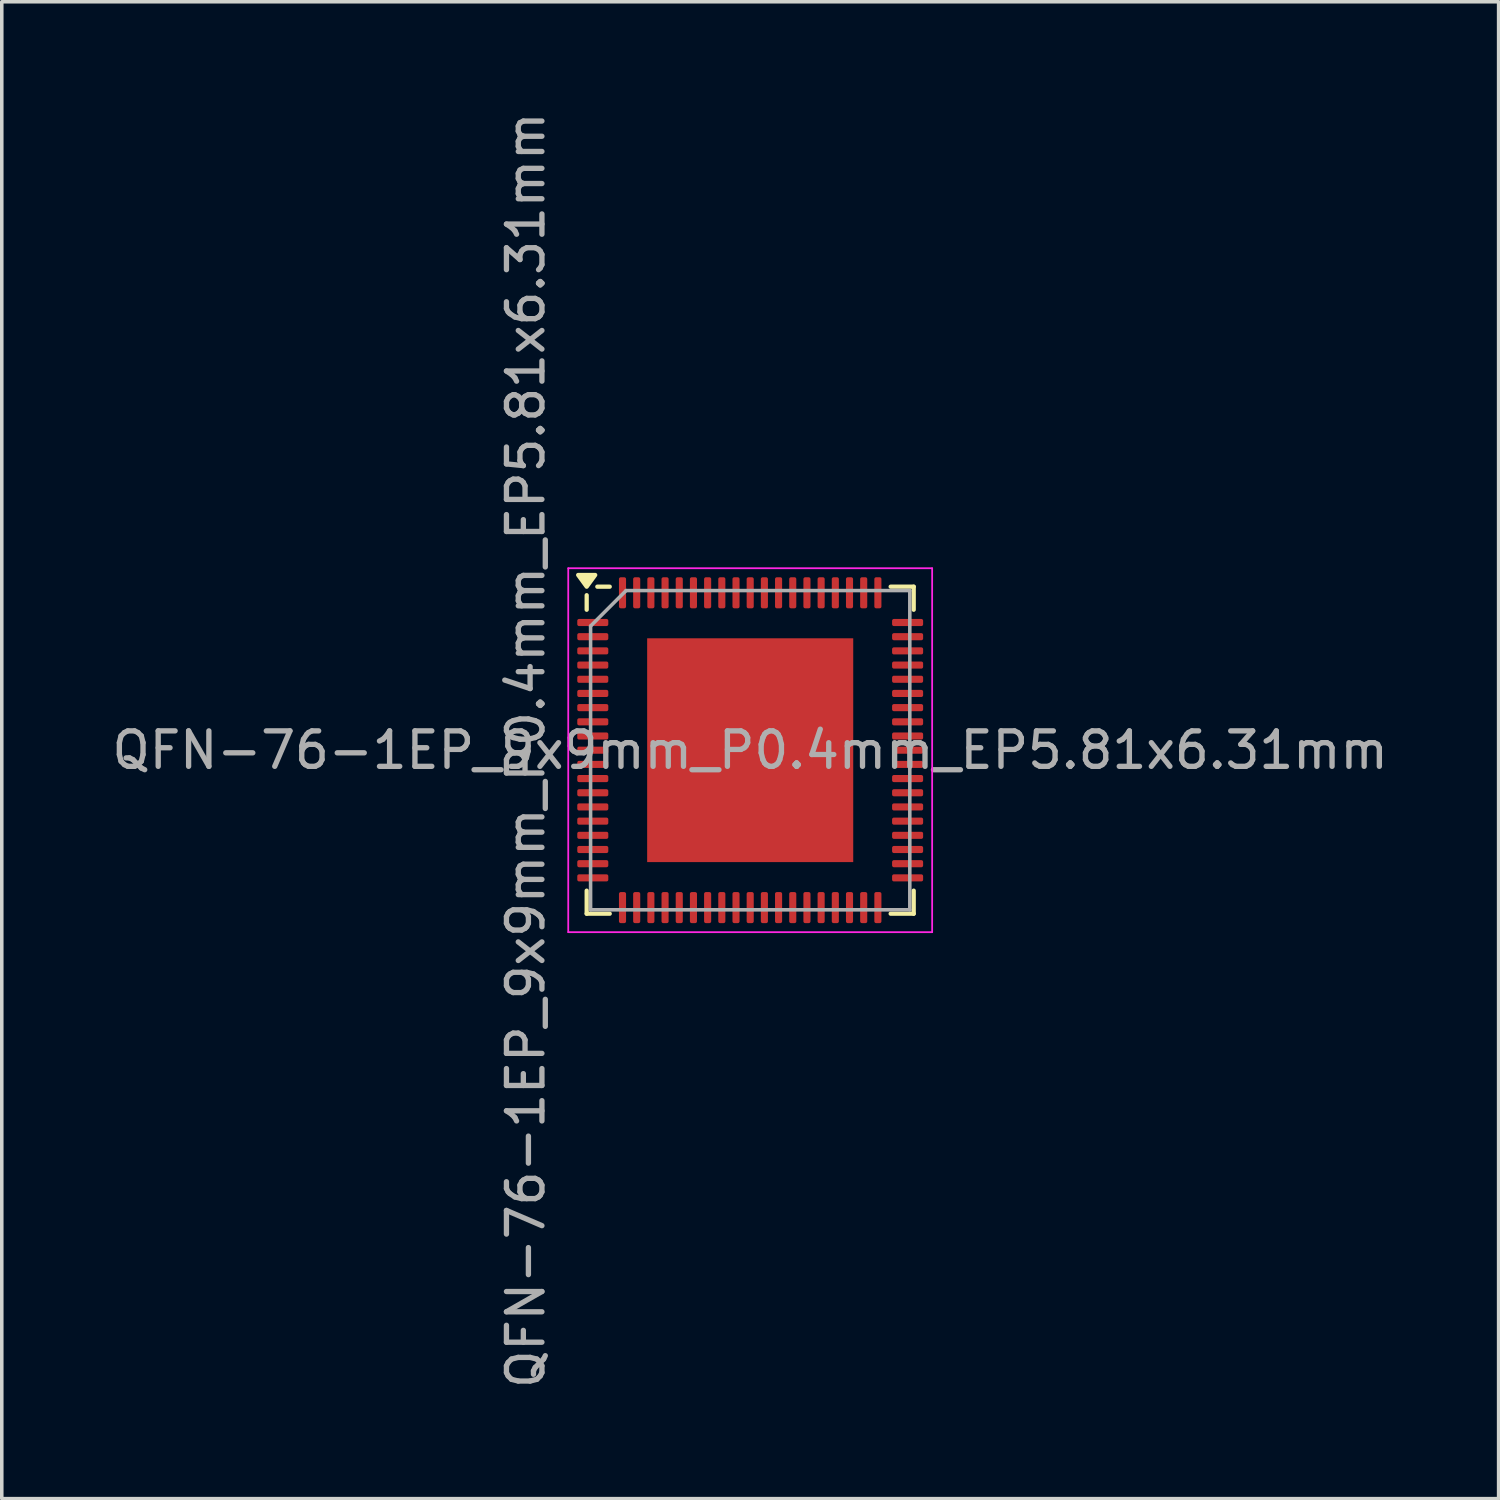
<source format=kicad_pcb>
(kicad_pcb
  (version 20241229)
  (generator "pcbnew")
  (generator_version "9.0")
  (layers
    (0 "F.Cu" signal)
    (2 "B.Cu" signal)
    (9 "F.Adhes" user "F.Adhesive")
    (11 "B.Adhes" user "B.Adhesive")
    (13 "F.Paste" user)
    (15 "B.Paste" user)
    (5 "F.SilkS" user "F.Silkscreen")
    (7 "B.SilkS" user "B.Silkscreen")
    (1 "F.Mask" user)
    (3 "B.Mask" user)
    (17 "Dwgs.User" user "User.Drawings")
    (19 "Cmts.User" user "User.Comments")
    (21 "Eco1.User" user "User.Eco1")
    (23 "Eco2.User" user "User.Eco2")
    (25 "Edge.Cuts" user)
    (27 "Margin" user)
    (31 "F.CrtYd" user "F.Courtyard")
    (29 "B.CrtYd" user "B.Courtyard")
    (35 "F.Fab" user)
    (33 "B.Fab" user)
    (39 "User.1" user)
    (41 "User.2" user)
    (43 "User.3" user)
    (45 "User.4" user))
  (footprint "QFN-76-1EP_9x9mm_P0.4mm_EP5.81x6.31mm"
    (layer "F.Cu")
    (at 18.101 18.101)
    (property "Reference" "QFN-76-1EP_9x9mm_P0.4mm_EP5.81x6.31mm" (at -6.327 0 270) (layer "F.Fab") (effects (font (size 1 1) (thickness 0.15))))
    (attr smd)
    (fp_line (start -4.61 -3.96) (end -4.61 -4.37) (stroke (width 0.12) (type solid)) (layer "F.SilkS"))
    (fp_line (start -4.61 4.61) (end -4.61 3.96) (stroke (width 0.12) (type solid)) (layer "F.SilkS"))
    (fp_line (start -3.96 -4.61) (end -4.31 -4.61) (stroke (width 0.12) (type solid)) (layer "F.SilkS"))
    (fp_line (start -3.96 4.61) (end -4.61 4.61) (stroke (width 0.12) (type solid)) (layer "F.SilkS"))
    (fp_line (start 3.96 -4.61) (end 4.61 -4.61) (stroke (width 0.12) (type solid)) (layer "F.SilkS"))
    (fp_line (start 3.96 4.61) (end 4.61 4.61) (stroke (width 0.12) (type solid)) (layer "F.SilkS"))
    (fp_line (start 4.61 -4.61) (end 4.61 -3.96) (stroke (width 0.12) (type solid)) (layer "F.SilkS"))
    (fp_line (start 4.61 4.61) (end 4.61 3.96) (stroke (width 0.12) (type solid)) (layer "F.SilkS"))
    (fp_poly (pts (xy -4.61 -4.61) (xy -4.85 -4.94) (xy -4.37 -4.94) (xy -4.61 -4.61)) (stroke (width 0.12) (type solid)) (fill yes) (layer "F.SilkS"))
    (fp_line (start -5.13 -5.13) (end -5.13 5.13) (stroke (width 0.05) (type solid)) (layer "F.CrtYd"))
    (fp_line (start -5.13 5.13) (end 5.13 5.13) (stroke (width 0.05) (type solid)) (layer "F.CrtYd"))
    (fp_line (start 5.13 -5.13) (end -5.13 -5.13) (stroke (width 0.05) (type solid)) (layer "F.CrtYd"))
    (fp_line (start 5.13 5.13) (end 5.13 -5.13) (stroke (width 0.05) (type solid)) (layer "F.CrtYd"))
    (fp_line (start -4.5 -3.5) (end -3.5 -4.5) (stroke (width 0.1) (type solid)) (layer "F.Fab"))
    (fp_line (start -4.5 4.5) (end -4.5 -3.5) (stroke (width 0.1) (type solid)) (layer "F.Fab"))
    (fp_line (start -3.5 -4.5) (end 4.5 -4.5) (stroke (width 0.1) (type solid)) (layer "F.Fab"))
    (fp_line (start 4.5 -4.5) (end 4.5 4.5) (stroke (width 0.1) (type solid)) (layer "F.Fab"))
    (fp_line (start 4.5 4.5) (end -4.5 4.5) (stroke (width 0.1) (type solid)) (layer "F.Fab"))
    (fp_text user "${REFERENCE}" (at 0 0 180) (layer "F.Fab") (effects (font (size 1 1) (thickness 0.15))))
    (pad "" smd roundrect (at 0 0) (size 4.68 5.09) (layers "F.Paste") (roundrect_rratio 0.053))
    (pad "1" smd roundrect (at -4.438 -3.6) (size 0.875 0.2) (layers "F.Cu" "F.Mask" "F.Paste") (roundrect_rratio 0.25))
    (pad "2" smd roundrect (at -4.438 -3.2) (size 0.875 0.2) (layers "F.Cu" "F.Mask" "F.Paste") (roundrect_rratio 0.25))
    (pad "3" smd roundrect (at -4.438 -2.8) (size 0.875 0.2) (layers "F.Cu" "F.Mask" "F.Paste") (roundrect_rratio 0.25))
    (pad "4" smd roundrect (at -4.438 -2.4) (size 0.875 0.2) (layers "F.Cu" "F.Mask" "F.Paste") (roundrect_rratio 0.25))
    (pad "5" smd roundrect (at -4.438 -2) (size 0.875 0.2) (layers "F.Cu" "F.Mask" "F.Paste") (roundrect_rratio 0.25))
    (pad "6" smd roundrect (at -4.438 -1.6) (size 0.875 0.2) (layers "F.Cu" "F.Mask" "F.Paste") (roundrect_rratio 0.25))
    (pad "7" smd roundrect (at -4.438 -1.2) (size 0.875 0.2) (layers "F.Cu" "F.Mask" "F.Paste") (roundrect_rratio 0.25))
    (pad "8" smd roundrect (at -4.438 -0.8) (size 0.875 0.2) (layers "F.Cu" "F.Mask" "F.Paste") (roundrect_rratio 0.25))
    (pad "9" smd roundrect (at -4.438 -0.4) (size 0.875 0.2) (layers "F.Cu" "F.Mask" "F.Paste") (roundrect_rratio 0.25))
    (pad "10" smd roundrect (at -4.438 0) (size 0.875 0.2) (layers "F.Cu" "F.Mask" "F.Paste") (roundrect_rratio 0.25))
    (pad "11" smd roundrect (at -4.438 0.4) (size 0.875 0.2) (layers "F.Cu" "F.Mask" "F.Paste") (roundrect_rratio 0.25))
    (pad "12" smd roundrect (at -4.438 0.8) (size 0.875 0.2) (layers "F.Cu" "F.Mask" "F.Paste") (roundrect_rratio 0.25))
    (pad "13" smd roundrect (at -4.438 1.2) (size 0.875 0.2) (layers "F.Cu" "F.Mask" "F.Paste") (roundrect_rratio 0.25))
    (pad "14" smd roundrect (at -4.438 1.6) (size 0.875 0.2) (layers "F.Cu" "F.Mask" "F.Paste") (roundrect_rratio 0.25))
    (pad "15" smd roundrect (at -4.438 2) (size 0.875 0.2) (layers "F.Cu" "F.Mask" "F.Paste") (roundrect_rratio 0.25))
    (pad "16" smd roundrect (at -4.438 2.4) (size 0.875 0.2) (layers "F.Cu" "F.Mask" "F.Paste") (roundrect_rratio 0.25))
    (pad "17" smd roundrect (at -4.438 2.8) (size 0.875 0.2) (layers "F.Cu" "F.Mask" "F.Paste") (roundrect_rratio 0.25))
    (pad "18" smd roundrect (at -4.438 3.2) (size 0.875 0.2) (layers "F.Cu" "F.Mask" "F.Paste") (roundrect_rratio 0.25))
    (pad "19" smd roundrect (at -4.438 3.6) (size 0.875 0.2) (layers "F.Cu" "F.Mask" "F.Paste") (roundrect_rratio 0.25))
    (pad "20" smd roundrect (at -3.6 4.438) (size 0.2 0.875) (layers "F.Cu" "F.Mask" "F.Paste") (roundrect_rratio 0.25))
    (pad "21" smd roundrect (at -3.2 4.438) (size 0.2 0.875) (layers "F.Cu" "F.Mask" "F.Paste") (roundrect_rratio 0.25))
    (pad "22" smd roundrect (at -2.8 4.438) (size 0.2 0.875) (layers "F.Cu" "F.Mask" "F.Paste") (roundrect_rratio 0.25))
    (pad "23" smd roundrect (at -2.4 4.438) (size 0.2 0.875) (layers "F.Cu" "F.Mask" "F.Paste") (roundrect_rratio 0.25))
    (pad "24" smd roundrect (at -2 4.438) (size 0.2 0.875) (layers "F.Cu" "F.Mask" "F.Paste") (roundrect_rratio 0.25))
    (pad "25" smd roundrect (at -1.6 4.438) (size 0.2 0.875) (layers "F.Cu" "F.Mask" "F.Paste") (roundrect_rratio 0.25))
    (pad "26" smd roundrect (at -1.2 4.438) (size 0.2 0.875) (layers "F.Cu" "F.Mask" "F.Paste") (roundrect_rratio 0.25))
    (pad "27" smd roundrect (at -0.8 4.438) (size 0.2 0.875) (layers "F.Cu" "F.Mask" "F.Paste") (roundrect_rratio 0.25))
    (pad "28" smd roundrect (at -0.4 4.438) (size 0.2 0.875) (layers "F.Cu" "F.Mask" "F.Paste") (roundrect_rratio 0.25))
    (pad "29" smd roundrect (at 0 4.438) (size 0.2 0.875) (layers "F.Cu" "F.Mask" "F.Paste") (roundrect_rratio 0.25))
    (pad "30" smd roundrect (at 0.4 4.438) (size 0.2 0.875) (layers "F.Cu" "F.Mask" "F.Paste") (roundrect_rratio 0.25))
    (pad "31" smd roundrect (at 0.8 4.438) (size 0.2 0.875) (layers "F.Cu" "F.Mask" "F.Paste") (roundrect_rratio 0.25))
    (pad "32" smd roundrect (at 1.2 4.438) (size 0.2 0.875) (layers "F.Cu" "F.Mask" "F.Paste") (roundrect_rratio 0.25))
    (pad "33" smd roundrect (at 1.6 4.438) (size 0.2 0.875) (layers "F.Cu" "F.Mask" "F.Paste") (roundrect_rratio 0.25))
    (pad "34" smd roundrect (at 2 4.438) (size 0.2 0.875) (layers "F.Cu" "F.Mask" "F.Paste") (roundrect_rratio 0.25))
    (pad "35" smd roundrect (at 2.4 4.438) (size 0.2 0.875) (layers "F.Cu" "F.Mask" "F.Paste") (roundrect_rratio 0.25))
    (pad "36" smd roundrect (at 2.8 4.438) (size 0.2 0.875) (layers "F.Cu" "F.Mask" "F.Paste") (roundrect_rratio 0.25))
    (pad "37" smd roundrect (at 3.2 4.438) (size 0.2 0.875) (layers "F.Cu" "F.Mask" "F.Paste") (roundrect_rratio 0.25))
    (pad "38" smd roundrect (at 3.6 4.438) (size 0.2 0.875) (layers "F.Cu" "F.Mask" "F.Paste") (roundrect_rratio 0.25))
    (pad "39" smd roundrect (at 4.438 3.6) (size 0.875 0.2) (layers "F.Cu" "F.Mask" "F.Paste") (roundrect_rratio 0.25))
    (pad "40" smd roundrect (at 4.438 3.2) (size 0.875 0.2) (layers "F.Cu" "F.Mask" "F.Paste") (roundrect_rratio 0.25))
    (pad "41" smd roundrect (at 4.438 2.8) (size 0.875 0.2) (layers "F.Cu" "F.Mask" "F.Paste") (roundrect_rratio 0.25))
    (pad "42" smd roundrect (at 4.438 2.4) (size 0.875 0.2) (layers "F.Cu" "F.Mask" "F.Paste") (roundrect_rratio 0.25))
    (pad "43" smd roundrect (at 4.438 2) (size 0.875 0.2) (layers "F.Cu" "F.Mask" "F.Paste") (roundrect_rratio 0.25))
    (pad "44" smd roundrect (at 4.438 1.6) (size 0.875 0.2) (layers "F.Cu" "F.Mask" "F.Paste") (roundrect_rratio 0.25))
    (pad "45" smd roundrect (at 4.438 1.2) (size 0.875 0.2) (layers "F.Cu" "F.Mask" "F.Paste") (roundrect_rratio 0.25))
    (pad "46" smd roundrect (at 4.438 0.8) (size 0.875 0.2) (layers "F.Cu" "F.Mask" "F.Paste") (roundrect_rratio 0.25))
    (pad "47" smd roundrect (at 4.438 0.4) (size 0.875 0.2) (layers "F.Cu" "F.Mask" "F.Paste") (roundrect_rratio 0.25))
    (pad "48" smd roundrect (at 4.438 0) (size 0.875 0.2) (layers "F.Cu" "F.Mask" "F.Paste") (roundrect_rratio 0.25))
    (pad "49" smd roundrect (at 4.438 -0.4) (size 0.875 0.2) (layers "F.Cu" "F.Mask" "F.Paste") (roundrect_rratio 0.25))
    (pad "50" smd roundrect (at 4.438 -0.8) (size 0.875 0.2) (layers "F.Cu" "F.Mask" "F.Paste") (roundrect_rratio 0.25))
    (pad "51" smd roundrect (at 4.438 -1.2) (size 0.875 0.2) (layers "F.Cu" "F.Mask" "F.Paste") (roundrect_rratio 0.25))
    (pad "52" smd roundrect (at 4.438 -1.6) (size 0.875 0.2) (layers "F.Cu" "F.Mask" "F.Paste") (roundrect_rratio 0.25))
    (pad "53" smd roundrect (at 4.438 -2) (size 0.875 0.2) (layers "F.Cu" "F.Mask" "F.Paste") (roundrect_rratio 0.25))
    (pad "54" smd roundrect (at 4.438 -2.4) (size 0.875 0.2) (layers "F.Cu" "F.Mask" "F.Paste") (roundrect_rratio 0.25))
    (pad "55" smd roundrect (at 4.438 -2.8) (size 0.875 0.2) (layers "F.Cu" "F.Mask" "F.Paste") (roundrect_rratio 0.25))
    (pad "56" smd roundrect (at 4.438 -3.2) (size 0.875 0.2) (layers "F.Cu" "F.Mask" "F.Paste") (roundrect_rratio 0.25))
    (pad "57" smd roundrect (at 4.438 -3.6) (size 0.875 0.2) (layers "F.Cu" "F.Mask" "F.Paste") (roundrect_rratio 0.25))
    (pad "58" smd roundrect (at 3.6 -4.438) (size 0.2 0.875) (layers "F.Cu" "F.Mask" "F.Paste") (roundrect_rratio 0.25))
    (pad "59" smd roundrect (at 3.2 -4.438) (size 0.2 0.875) (layers "F.Cu" "F.Mask" "F.Paste") (roundrect_rratio 0.25))
    (pad "60" smd roundrect (at 2.8 -4.438) (size 0.2 0.875) (layers "F.Cu" "F.Mask" "F.Paste") (roundrect_rratio 0.25))
    (pad "61" smd roundrect (at 2.4 -4.438) (size 0.2 0.875) (layers "F.Cu" "F.Mask" "F.Paste") (roundrect_rratio 0.25))
    (pad "62" smd roundrect (at 2 -4.438) (size 0.2 0.875) (layers "F.Cu" "F.Mask" "F.Paste") (roundrect_rratio 0.25))
    (pad "63" smd roundrect (at 1.6 -4.438) (size 0.2 0.875) (layers "F.Cu" "F.Mask" "F.Paste") (roundrect_rratio 0.25))
    (pad "64" smd roundrect (at 1.2 -4.438) (size 0.2 0.875) (layers "F.Cu" "F.Mask" "F.Paste") (roundrect_rratio 0.25))
    (pad "65" smd roundrect (at 0.8 -4.438) (size 0.2 0.875) (layers "F.Cu" "F.Mask" "F.Paste") (roundrect_rratio 0.25))
    (pad "66" smd roundrect (at 0.4 -4.438) (size 0.2 0.875) (layers "F.Cu" "F.Mask" "F.Paste") (roundrect_rratio 0.25))
    (pad "67" smd roundrect (at 0 -4.438) (size 0.2 0.875) (layers "F.Cu" "F.Mask" "F.Paste") (roundrect_rratio 0.25))
    (pad "68" smd roundrect (at -0.4 -4.438) (size 0.2 0.875) (layers "F.Cu" "F.Mask" "F.Paste") (roundrect_rratio 0.25))
    (pad "69" smd roundrect (at -0.8 -4.438) (size 0.2 0.875) (layers "F.Cu" "F.Mask" "F.Paste") (roundrect_rratio 0.25))
    (pad "70" smd roundrect (at -1.2 -4.438) (size 0.2 0.875) (layers "F.Cu" "F.Mask" "F.Paste") (roundrect_rratio 0.25))
    (pad "71" smd roundrect (at -1.6 -4.438) (size 0.2 0.875) (layers "F.Cu" "F.Mask" "F.Paste") (roundrect_rratio 0.25))
    (pad "72" smd roundrect (at -2 -4.438) (size 0.2 0.875) (layers "F.Cu" "F.Mask" "F.Paste") (roundrect_rratio 0.25))
    (pad "73" smd roundrect (at -2.4 -4.438) (size 0.2 0.875) (layers "F.Cu" "F.Mask" "F.Paste") (roundrect_rratio 0.25))
    (pad "74" smd roundrect (at -2.8 -4.438) (size 0.2 0.875) (layers "F.Cu" "F.Mask" "F.Paste") (roundrect_rratio 0.25))
    (pad "75" smd roundrect (at -3.2 -4.438) (size 0.2 0.875) (layers "F.Cu" "F.Mask" "F.Paste") (roundrect_rratio 0.25))
    (pad "76" smd roundrect (at -3.6 -4.438) (size 0.2 0.875) (layers "F.Cu" "F.Mask" "F.Paste") (roundrect_rratio 0.25))
    (pad "77" smd rect (at 0 0) (size 5.81 6.31) (property pad_prop_heatsink) (layers "F.Cu" "F.Mask")))
  (gr_rect
    (start -3 -3)
    (end 39.202 39.202)
    (stroke (width 0.1) (type default))
    (fill no)
    (layer "Edge.Cuts")))
</source>
